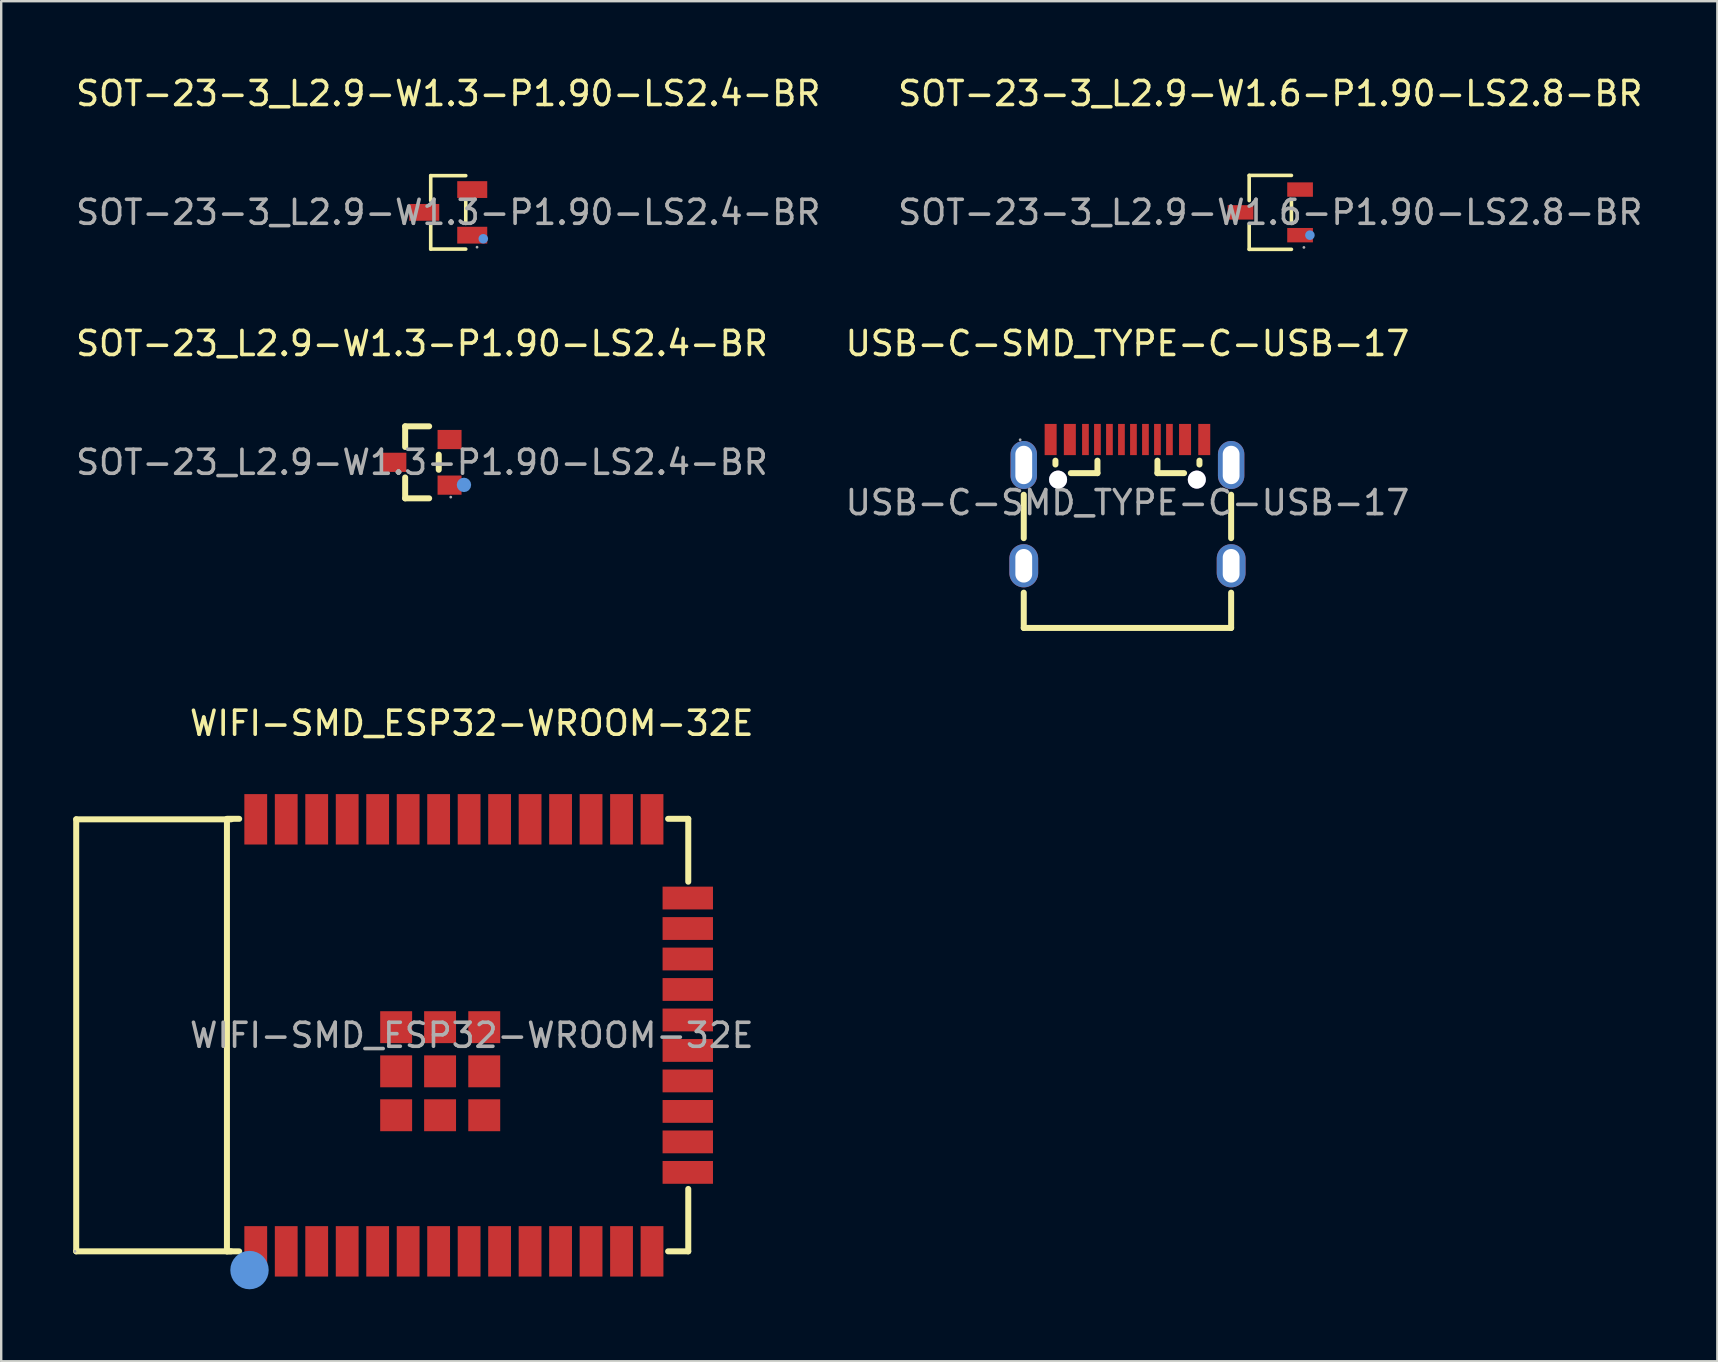
<source format=kicad_pcb>
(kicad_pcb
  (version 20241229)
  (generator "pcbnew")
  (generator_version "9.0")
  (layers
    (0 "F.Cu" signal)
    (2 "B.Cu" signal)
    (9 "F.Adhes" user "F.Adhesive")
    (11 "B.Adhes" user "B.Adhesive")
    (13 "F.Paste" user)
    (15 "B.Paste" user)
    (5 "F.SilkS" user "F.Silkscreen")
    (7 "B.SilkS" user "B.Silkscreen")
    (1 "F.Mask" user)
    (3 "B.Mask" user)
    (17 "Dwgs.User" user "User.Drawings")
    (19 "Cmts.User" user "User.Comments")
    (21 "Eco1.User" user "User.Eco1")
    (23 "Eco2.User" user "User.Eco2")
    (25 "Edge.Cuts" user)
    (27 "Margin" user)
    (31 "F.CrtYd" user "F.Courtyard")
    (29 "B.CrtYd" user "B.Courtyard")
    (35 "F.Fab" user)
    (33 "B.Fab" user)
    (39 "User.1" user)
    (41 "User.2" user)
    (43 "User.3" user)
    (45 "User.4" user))
  (footprint "SOT-23_L2.9-W1.3-P1.90-LS2.4-BR"
    (layer "F.Cu")
    (at 14.53 16.212)
    (property "Reference" "SOT-23_L2.9-W1.3-P1.90-LS2.4-BR" (at 0 -4.95 0) (layer "F.SilkS") (effects (font (size 1 1) (thickness 0.15))))
    (attr through_hole)
    (fp_line (start -0.7 -1.5) (end 0.3 -1.5) (stroke (width 0.25) (type solid)) (layer "F.SilkS"))
    (fp_line (start -0.7 -0.64) (end -0.7 -1.5) (stroke (width 0.25) (type solid)) (layer "F.SilkS"))
    (fp_line (start -0.7 1.5) (end -0.7 0.63) (stroke (width 0.25) (type solid)) (layer "F.SilkS"))
    (fp_line (start -0.7 1.5) (end 0.3 1.5) (stroke (width 0.25) (type solid)) (layer "F.SilkS"))
    (fp_line (start 0.7 0.31) (end 0.7 -0.32) (stroke (width 0.25) (type solid)) (layer "F.SilkS"))
    (fp_circle (center 1.75 0.94) (end 1.9 0.94) (stroke (width 0.3) (type solid)) (fill no) (layer "Cmts.User"))
    (fp_circle (center 1.2 1.45) (end 1.23 1.45) (stroke (width 0.06) (type solid)) (fill no) (layer "F.Fab"))
    (fp_text user "${REFERENCE}" (at 0 0 0) (layer "F.Fab") (effects (font (size 1 1) (thickness 0.15))))
    (pad "1" smd rect (at 1.15 0.95 180) (size 1 0.8) (layers "F.Cu" "F.Mask" "F.Paste"))
    (pad "2" smd rect (at 1.15 -0.95 180) (size 1 0.8) (layers "F.Cu" "F.Mask" "F.Paste"))
    (pad "3" smd rect (at -1.15 0 180) (size 1 0.8) (layers "F.Cu" "F.Mask" "F.Paste")))
  (footprint "WIFI-SMD_ESP32-WROOM-32E"
    (layer "F.Cu")
    (at 16.605 40.085)
    (property "Reference" "WIFI-SMD_ESP32-WROOM-32E" (at 0 -13 0) (layer "F.SilkS") (effects (font (size 1 1) (thickness 0.15))))
    (attr through_hole)
    (fp_line (start -16.48 -9) (end -16.48 9) (stroke (width 0.25) (type solid)) (layer "F.SilkS"))
    (fp_line (start -16.48 -9) (end -10.02 -9) (stroke (width 0.25) (type solid)) (layer "F.SilkS"))
    (fp_line (start -16.48 9) (end -10.03 9) (stroke (width 0.25) (type solid)) (layer "F.SilkS"))
    (fp_line (start -10.2 -9) (end -10.2 9) (stroke (width 0.25) (type solid)) (layer "F.SilkS"))
    (fp_line (start -10.2 9) (end -9.69 9) (stroke (width 0.25) (type solid)) (layer "F.SilkS"))
    (fp_line (start -9.69 -9.02) (end -10.2 -9.02) (stroke (width 0.25) (type solid)) (layer "F.SilkS"))
    (fp_line (start 8.18 9) (end 9.02 9) (stroke (width 0.25) (type solid)) (layer "F.SilkS"))
    (fp_line (start 9.02 -9.02) (end 8.18 -9.02) (stroke (width 0.25) (type solid)) (layer "F.SilkS"))
    (fp_line (start 9.02 -6.4) (end 9.02 -9.02) (stroke (width 0.25) (type solid)) (layer "F.SilkS"))
    (fp_line (start 9.02 9) (end 9.02 6.4) (stroke (width 0.25) (type solid)) (layer "F.SilkS"))
    (fp_circle (center -9.26 9.78) (end -8.86 9.78) (stroke (width 0.8) (type solid)) (fill no) (layer "Cmts.User"))
    (fp_circle (center -16.53 9) (end -16.5 9) (stroke (width 0.06) (type solid)) (fill no) (layer "F.Fab"))
    (fp_text user "${REFERENCE}" (at 0 0 0) (layer "F.Fab") (effects (font (size 1 1) (thickness 0.15))))
    (pad "1" smd rect (at -9 9) (size 0.95 2.1) (layers "F.Cu" "F.Mask" "F.Paste"))
    (pad "2" smd rect (at -7.73 9) (size 0.95 2.1) (layers "F.Cu" "F.Mask" "F.Paste"))
    (pad "3" smd rect (at -6.46 9) (size 0.95 2.1) (layers "F.Cu" "F.Mask" "F.Paste"))
    (pad "4" smd rect (at -5.19 9) (size 0.95 2.1) (layers "F.Cu" "F.Mask" "F.Paste"))
    (pad "5" smd rect (at -3.92 9) (size 0.95 2.1) (layers "F.Cu" "F.Mask" "F.Paste"))
    (pad "6" smd rect (at -2.65 9) (size 0.95 2.1) (layers "F.Cu" "F.Mask" "F.Paste"))
    (pad "7" smd rect (at -1.38 9) (size 0.95 2.1) (layers "F.Cu" "F.Mask" "F.Paste"))
    (pad "8" smd rect (at -0.11 9) (size 0.95 2.1) (layers "F.Cu" "F.Mask" "F.Paste"))
    (pad "9" smd rect (at 1.16 9) (size 0.95 2.1) (layers "F.Cu" "F.Mask" "F.Paste"))
    (pad "10" smd rect (at 2.43 9) (size 0.95 2.1) (layers "F.Cu" "F.Mask" "F.Paste"))
    (pad "11" smd rect (at 3.7 9) (size 0.95 2.1) (layers "F.Cu" "F.Mask" "F.Paste"))
    (pad "12" smd rect (at 4.97 9) (size 0.95 2.1) (layers "F.Cu" "F.Mask" "F.Paste"))
    (pad "13" smd rect (at 6.24 9) (size 0.95 2.1) (layers "F.Cu" "F.Mask" "F.Paste"))
    (pad "14" smd rect (at 7.51 9) (size 0.95 2.1) (layers "F.Cu" "F.Mask" "F.Paste"))
    (pad "15" smd rect (at 9 5.71) (size 2.1 0.95) (layers "F.Cu" "F.Mask" "F.Paste"))
    (pad "16" smd rect (at 9 4.44) (size 2.1 0.95) (layers "F.Cu" "F.Mask" "F.Paste"))
    (pad "17" smd rect (at 9 3.17) (size 2.1 0.95) (layers "F.Cu" "F.Mask" "F.Paste"))
    (pad "18" smd rect (at 9 1.9) (size 2.1 0.95) (layers "F.Cu" "F.Mask" "F.Paste"))
    (pad "19" smd rect (at 9 0.63) (size 2.1 0.95) (layers "F.Cu" "F.Mask" "F.Paste"))
    (pad "20" smd rect (at 9 -0.64) (size 2.1 0.95) (layers "F.Cu" "F.Mask" "F.Paste"))
    (pad "21" smd rect (at 9 -1.91) (size 2.1 0.95) (layers "F.Cu" "F.Mask" "F.Paste"))
    (pad "22" smd rect (at 9 -3.18) (size 2.1 0.95) (layers "F.Cu" "F.Mask" "F.Paste"))
    (pad "23" smd rect (at 9 -4.45) (size 2.1 0.95) (layers "F.Cu" "F.Mask" "F.Paste"))
    (pad "24" smd rect (at 9 -5.72) (size 2.1 0.95) (layers "F.Cu" "F.Mask" "F.Paste"))
    (pad "25" smd rect (at 7.51 -9) (size 0.95 2.1) (layers "F.Cu" "F.Mask" "F.Paste"))
    (pad "26" smd rect (at 6.24 -9) (size 0.95 2.1) (layers "F.Cu" "F.Mask" "F.Paste"))
    (pad "27" smd rect (at 4.97 -9) (size 0.95 2.1) (layers "F.Cu" "F.Mask" "F.Paste"))
    (pad "28" smd rect (at 3.7 -9) (size 0.95 2.1) (layers "F.Cu" "F.Mask" "F.Paste"))
    (pad "29" smd rect (at 2.43 -9) (size 0.95 2.1) (layers "F.Cu" "F.Mask" "F.Paste"))
    (pad "30" smd rect (at 1.16 -9) (size 0.95 2.1) (layers "F.Cu" "F.Mask" "F.Paste"))
    (pad "31" smd rect (at -0.11 -9) (size 0.95 2.1) (layers "F.Cu" "F.Mask" "F.Paste"))
    (pad "32" smd rect (at -1.38 -9) (size 0.95 2.1) (layers "F.Cu" "F.Mask" "F.Paste"))
    (pad "33" smd rect (at -2.65 -9) (size 0.95 2.1) (layers "F.Cu" "F.Mask" "F.Paste"))
    (pad "34" smd rect (at -3.92 -9) (size 0.95 2.1) (layers "F.Cu" "F.Mask" "F.Paste"))
    (pad "35" smd rect (at -5.19 -9) (size 0.95 2.1) (layers "F.Cu" "F.Mask" "F.Paste"))
    (pad "36" smd rect (at -6.46 -9) (size 0.95 2.1) (layers "F.Cu" "F.Mask" "F.Paste"))
    (pad "37" smd rect (at -7.73 -9) (size 0.95 2.1) (layers "F.Cu" "F.Mask" "F.Paste"))
    (pad "38" smd rect (at -9 -9) (size 0.95 2.1) (layers "F.Cu" "F.Mask" "F.Paste"))
    (pad "39" smd rect (at -3.15 -0.34 180) (size 1.33 1.33) (layers "F.Cu" "F.Mask" "F.Paste"))
    (pad "39" smd rect (at -3.15 1.5 180) (size 1.33 1.33) (layers "F.Cu" "F.Mask" "F.Paste"))
    (pad "39" smd rect (at -3.15 3.33 180) (size 1.33 1.33) (layers "F.Cu" "F.Mask" "F.Paste"))
    (pad "39" smd rect (at -1.32 -0.34 180) (size 1.33 1.33) (layers "F.Cu" "F.Mask" "F.Paste"))
    (pad "39" smd rect (at -1.32 1.5 180) (size 1.33 1.33) (layers "F.Cu" "F.Mask" "F.Paste"))
    (pad "39" smd rect (at -1.32 3.33 180) (size 1.33 1.33) (layers "F.Cu" "F.Mask" "F.Paste"))
    (pad "39" smd rect (at 0.52 -0.34 180) (size 1.33 1.33) (layers "F.Cu" "F.Mask" "F.Paste"))
    (pad "39" smd rect (at 0.52 1.5 180) (size 1.33 1.33) (layers "F.Cu" "F.Mask" "F.Paste"))
    (pad "39" smd rect (at 0.52 3.33 180) (size 1.33 1.33) (layers "F.Cu" "F.Mask" "F.Paste")))
  (footprint "SOT-23-3_L2.9-W1.3-P1.90-LS2.4-BR"
    (layer "F.Cu")
    (at 15.625 5.798)
    (property "Reference" "SOT-23-3_L2.9-W1.3-P1.90-LS2.4-BR" (at 0 -4.95 0) (layer "F.SilkS") (effects (font (size 1 1) (thickness 0.15))))
    (attr through_hole)
    (fp_line (start -0.73 -1.53) (end -0.73 -0.49) (stroke (width 0.15) (type solid)) (layer "F.SilkS"))
    (fp_line (start -0.73 1.53) (end -0.73 0.49) (stroke (width 0.15) (type solid)) (layer "F.SilkS"))
    (fp_line (start 0.73 -1.53) (end -0.73 -1.53) (stroke (width 0.15) (type solid)) (layer "F.SilkS"))
    (fp_line (start 0.73 -0.46) (end 0.73 0.46) (stroke (width 0.15) (type solid)) (layer "F.SilkS"))
    (fp_line (start 0.73 1.53) (end -0.73 1.53) (stroke (width 0.15) (type solid)) (layer "F.SilkS"))
    (fp_circle (center 1.46 1.1) (end 1.56 1.1) (stroke (width 0.2) (type solid)) (fill no) (layer "Cmts.User"))
    (fp_circle (center 1.2 1.45) (end 1.23 1.45) (stroke (width 0.06) (type solid)) (fill no) (layer "F.Fab"))
    (fp_text user "${REFERENCE}" (at 0 0 0) (layer "F.Fab") (effects (font (size 1 1) (thickness 0.15))))
    (pad "1" smd rect (at 1 0.95) (size 1.25 0.7) (layers "F.Cu" "F.Mask" "F.Paste"))
    (pad "2" smd rect (at 1 -0.95) (size 1.25 0.7) (layers "F.Cu" "F.Mask" "F.Paste"))
    (pad "3" smd rect (at -1 0) (size 1.25 0.7) (layers "F.Cu" "F.Mask" "F.Paste")))
  (footprint "SOT-23-3_L2.9-W1.6-P1.90-LS2.8-BR"
    (layer "F.Cu")
    (at 49.875 5.798)
    (property "Reference" "SOT-23-3_L2.9-W1.6-P1.90-LS2.8-BR" (at 0 -4.95 0) (layer "F.SilkS") (effects (font (size 1 1) (thickness 0.15))))
    (attr through_hole)
    (fp_line (start -0.88 -1.54) (end -0.88 -0.49) (stroke (width 0.15) (type solid)) (layer "F.SilkS"))
    (fp_line (start -0.88 1.54) (end -0.88 0.49) (stroke (width 0.15) (type solid)) (layer "F.SilkS"))
    (fp_line (start 0.88 -1.54) (end -0.88 -1.54) (stroke (width 0.15) (type solid)) (layer "F.SilkS"))
    (fp_line (start 0.88 -0.46) (end 0.88 0.46) (stroke (width 0.15) (type solid)) (layer "F.SilkS"))
    (fp_line (start 0.88 1.54) (end -0.88 1.54) (stroke (width 0.15) (type solid)) (layer "F.SilkS"))
    (fp_circle (center 1.65 0.95) (end 1.75 0.95) (stroke (width 0.2) (type solid)) (fill no) (layer "Cmts.User"))
    (fp_circle (center 1.4 1.46) (end 1.43 1.46) (stroke (width 0.06) (type solid)) (fill no) (layer "F.Fab"))
    (fp_text user "${REFERENCE}" (at 0 0 0) (layer "F.Fab") (effects (font (size 1 1) (thickness 0.15))))
    (pad "1" smd rect (at 1.24 0.95) (size 1.07 0.6) (layers "F.Cu" "F.Mask" "F.Paste"))
    (pad "2" smd rect (at 1.24 -0.95) (size 1.07 0.6) (layers "F.Cu" "F.Mask" "F.Paste"))
    (pad "3" smd rect (at -1.24 0) (size 1.07 0.6) (layers "F.Cu" "F.Mask" "F.Paste")))
  (footprint "USB-C-SMD_TYPE-C-USB-17"
    (layer "F.Cu")
    (at 43.923 17.892)
    (property "Reference" "USB-C-SMD_TYPE-C-USB-17" (at 0 -6.63 0) (layer "F.SilkS") (effects (font (size 1 1) (thickness 0.15))))
    (attr through_hole)
    (fp_line (start -4.32 1.48) (end -4.32 -0.33) (stroke (width 0.25) (type solid)) (layer "F.SilkS"))
    (fp_line (start -4.32 5.22) (end -4.32 3.75) (stroke (width 0.25) (type solid)) (layer "F.SilkS"))
    (fp_line (start -3 -1.59) (end -3 -1.75) (stroke (width 0.25) (type solid)) (layer "F.SilkS"))
    (fp_line (start -2.36 -1.23) (end -1.25 -1.23) (stroke (width 0.25) (type solid)) (layer "F.SilkS"))
    (fp_line (start -1.25 -1.23) (end -1.25 -1.75) (stroke (width 0.25) (type solid)) (layer "F.SilkS"))
    (fp_line (start 1.25 -1.23) (end 1.25 -1.75) (stroke (width 0.25) (type solid)) (layer "F.SilkS"))
    (fp_line (start 1.25 -1.23) (end 2.36 -1.23) (stroke (width 0.25) (type solid)) (layer "F.SilkS"))
    (fp_line (start 3 -1.59) (end 3 -1.75) (stroke (width 0.25) (type solid)) (layer "F.SilkS"))
    (fp_line (start 4.32 1.48) (end 4.32 -0.33) (stroke (width 0.25) (type solid)) (layer "F.SilkS"))
    (fp_line (start 4.32 5.22) (end -4.32 5.22) (stroke (width 0.25) (type solid)) (layer "F.SilkS"))
    (fp_line (start 4.32 5.22) (end 4.32 3.75) (stroke (width 0.25) (type solid)) (layer "F.SilkS"))
    (fp_circle (center -4.47 -2.62) (end -4.44 -2.62) (stroke (width 0.06) (type solid)) (fill no) (layer "F.Fab"))
    (fp_text user "${REFERENCE}" (at 0 0 0) (layer "F.Fab") (effects (font (size 1 1) (thickness 0.15))))
    (pad "" thru_hole circle (at -2.89 -0.96) (size 0.75 0.75) (drill 0.75) (layers "*.Cu" "*.Mask"))
    (pad "" thru_hole circle (at 2.89 -0.96) (size 0.75 0.75) (drill 0.75) (layers "*.Cu" "*.Mask"))
    (pad "0" thru_hole oval (at -4.32 -1.57) (size 1.1 2) (drill oval 0.7 1.6) (layers "*.Cu" "*.Paste" "*.Mask"))
    (pad "0" thru_hole oval (at -4.32 2.63) (size 1.2 1.8) (drill oval 0.7 1.4) (layers "*.Cu" "*.Paste" "*.Mask"))
    (pad "0" thru_hole oval (at 4.32 -1.57) (size 1.1 2) (drill oval 0.7 1.6) (layers "*.Cu" "*.Paste" "*.Mask"))
    (pad "0" thru_hole oval (at 4.32 2.63) (size 1.2 1.8) (drill oval 0.7 1.4) (layers "*.Cu" "*.Paste" "*.Mask"))
    (pad "A1" smd rect (at -3.2 -2.63) (size 0.5 1.3) (layers "F.Cu" "F.Mask" "F.Paste"))
    (pad "A4" smd rect (at -2.4 -2.63) (size 0.5 1.3) (layers "F.Cu" "F.Mask" "F.Paste"))
    (pad "A5" smd rect (at -1.25 -2.63) (size 0.28 1.3) (layers "F.Cu" "F.Mask" "F.Paste"))
    (pad "A6" smd rect (at -0.25 -2.63) (size 0.28 1.3) (layers "F.Cu" "F.Mask" "F.Paste"))
    (pad "A7" smd rect (at 0.25 -2.63) (size 0.28 1.3) (layers "F.Cu" "F.Mask" "F.Paste"))
    (pad "A8" smd rect (at 1.25 -2.63) (size 0.28 1.3) (layers "F.Cu" "F.Mask" "F.Paste"))
    (pad "A9" smd rect (at 2.4 -2.63) (size 0.5 1.3) (layers "F.Cu" "F.Mask" "F.Paste"))
    (pad "A12" smd rect (at 3.2 -2.63) (size 0.5 1.3) (layers "F.Cu" "F.Mask" "F.Paste"))
    (pad "B5" smd rect (at 1.75 -2.63) (size 0.28 1.3) (layers "F.Cu" "F.Mask" "F.Paste"))
    (pad "B6" smd rect (at 0.75 -2.63) (size 0.28 1.3) (layers "F.Cu" "F.Mask" "F.Paste"))
    (pad "B7" smd rect (at -0.75 -2.63) (size 0.28 1.3) (layers "F.Cu" "F.Mask" "F.Paste"))
    (pad "B8" smd rect (at -1.75 -2.63) (size 0.28 1.3) (layers "F.Cu" "F.Mask" "F.Paste")))
  (gr_rect
    (start -3 -3)
    (end 68.5 53.665)
    (stroke (width 0.1) (type default))
    (fill no)
    (layer "Edge.Cuts")))
</source>
